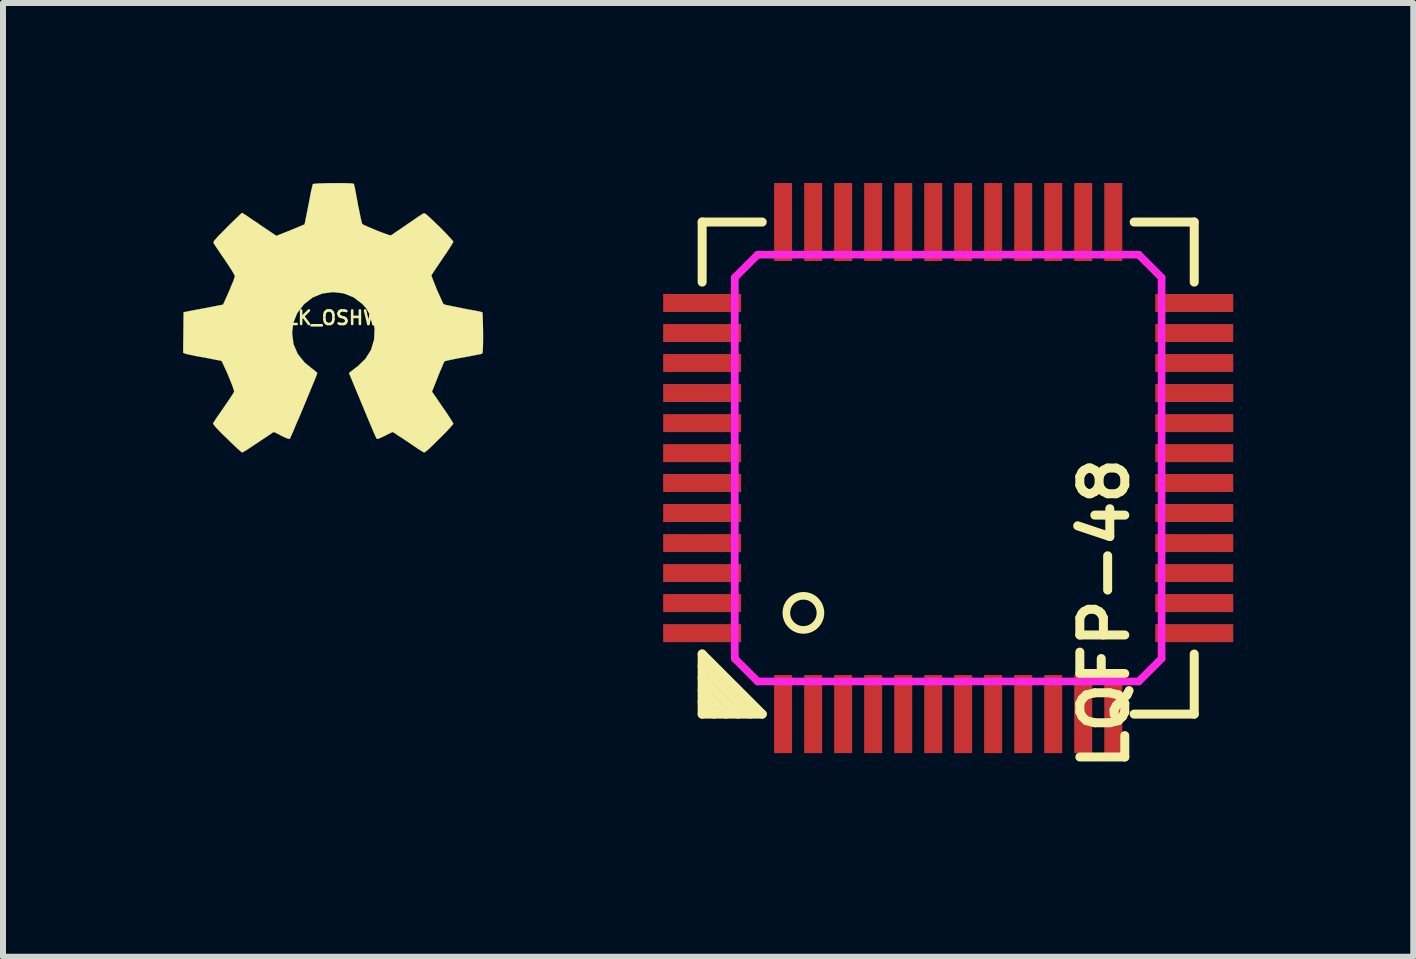
<source format=kicad_pcb>
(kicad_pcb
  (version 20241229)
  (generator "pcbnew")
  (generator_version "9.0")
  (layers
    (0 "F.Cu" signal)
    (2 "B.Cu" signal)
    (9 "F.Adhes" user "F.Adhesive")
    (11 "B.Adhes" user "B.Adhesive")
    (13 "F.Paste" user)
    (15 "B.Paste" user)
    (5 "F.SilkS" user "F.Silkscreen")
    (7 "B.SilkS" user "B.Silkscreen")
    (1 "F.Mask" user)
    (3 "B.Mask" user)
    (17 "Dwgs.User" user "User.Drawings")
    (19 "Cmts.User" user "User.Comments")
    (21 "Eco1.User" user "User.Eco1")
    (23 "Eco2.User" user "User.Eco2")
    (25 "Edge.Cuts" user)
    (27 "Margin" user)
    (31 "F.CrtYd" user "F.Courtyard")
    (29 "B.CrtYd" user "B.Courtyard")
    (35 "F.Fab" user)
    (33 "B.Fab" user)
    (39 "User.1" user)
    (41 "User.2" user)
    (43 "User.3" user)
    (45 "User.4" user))
  (footprint "LOGO_SILK_OSHW_6x6mm"
    (layer "F.Cu")
    (at 2.501 2.247)
    (property "Reference" "LOGO_SILK_OSHW_6x6mm" (at 0 0 0) (layer "F.SilkS") (effects (font (size 0.226 0.226) (thickness 0.043))))
    (attr through_hole)
    (fp_poly (pts (xy -1.514 2.245) (xy -1.488 2.23) (xy -1.43 2.195) (xy -1.346 2.139) (xy -1.247 2.073) (xy -1.148 2.007) (xy -1.067 1.953) (xy -1.011 1.915) (xy -0.986 1.902) (xy -0.973 1.908) (xy -0.927 1.93) (xy -0.859 1.966) (xy -0.818 1.986) (xy -0.757 2.012) (xy -0.724 2.019) (xy -0.719 2.009) (xy -0.696 1.961) (xy -0.66 1.88) (xy -0.615 1.77) (xy -0.559 1.643) (xy -0.503 1.509) (xy -0.445 1.369) (xy -0.389 1.234) (xy -0.34 1.115) (xy -0.3 1.019) (xy -0.274 0.95) (xy -0.264 0.922) (xy -0.267 0.914) (xy -0.3 0.884) (xy -0.353 0.843) (xy -0.472 0.747) (xy -0.589 0.602) (xy -0.66 0.437) (xy -0.683 0.251) (xy -0.663 0.081) (xy -0.597 -0.081) (xy -0.483 -0.229) (xy -0.343 -0.338) (xy -0.18 -0.406) (xy 0 -0.429) (xy 0.173 -0.409) (xy 0.34 -0.343) (xy 0.488 -0.231) (xy 0.551 -0.16) (xy 0.638 -0.01) (xy 0.686 0.147) (xy 0.691 0.188) (xy 0.683 0.363) (xy 0.632 0.533) (xy 0.538 0.683) (xy 0.409 0.808) (xy 0.394 0.818) (xy 0.335 0.864) (xy 0.295 0.894) (xy 0.264 0.919) (xy 0.488 1.458) (xy 0.523 1.542) (xy 0.584 1.689) (xy 0.638 1.816) (xy 0.681 1.918) (xy 0.711 1.984) (xy 0.724 2.012) (xy 0.724 2.014) (xy 0.744 2.017) (xy 0.785 2.002) (xy 0.861 1.966) (xy 0.909 1.941) (xy 0.968 1.913) (xy 0.993 1.902) (xy 1.016 1.915) (xy 1.069 1.951) (xy 1.151 2.004) (xy 1.247 2.068) (xy 1.339 2.131) (xy 1.422 2.187) (xy 1.483 2.225) (xy 1.514 2.243) (xy 1.519 2.243) (xy 1.544 2.228) (xy 1.593 2.187) (xy 1.666 2.118) (xy 1.77 2.014) (xy 1.786 1.999) (xy 1.872 1.913) (xy 1.941 1.839) (xy 1.986 1.788) (xy 2.004 1.765) (xy 1.989 1.735) (xy 1.951 1.674) (xy 1.895 1.587) (xy 1.826 1.488) (xy 1.648 1.229) (xy 1.745 0.986) (xy 1.775 0.909) (xy 1.814 0.82) (xy 1.841 0.754) (xy 1.857 0.726) (xy 1.882 0.716) (xy 1.951 0.701) (xy 2.047 0.681) (xy 2.162 0.66) (xy 2.273 0.64) (xy 2.372 0.62) (xy 2.443 0.607) (xy 2.477 0.599) (xy 2.484 0.594) (xy 2.492 0.579) (xy 2.494 0.546) (xy 2.497 0.485) (xy 2.499 0.391) (xy 2.499 0.251) (xy 2.499 0.236) (xy 2.497 0.107) (xy 2.494 0) (xy 2.492 -0.066) (xy 2.487 -0.094) (xy 2.456 -0.102) (xy 2.385 -0.117) (xy 2.286 -0.135) (xy 2.167 -0.157) (xy 2.159 -0.16) (xy 2.042 -0.183) (xy 1.943 -0.203) (xy 1.872 -0.218) (xy 1.844 -0.229) (xy 1.836 -0.236) (xy 1.814 -0.282) (xy 1.781 -0.356) (xy 1.74 -0.445) (xy 1.702 -0.538) (xy 1.669 -0.622) (xy 1.646 -0.683) (xy 1.638 -0.711) (xy 1.641 -0.714) (xy 1.659 -0.742) (xy 1.699 -0.803) (xy 1.755 -0.886) (xy 1.824 -0.988) (xy 1.829 -0.996) (xy 1.897 -1.095) (xy 1.953 -1.181) (xy 1.989 -1.24) (xy 2.004 -1.267) (xy 2.004 -1.27) (xy 1.981 -1.3) (xy 1.93 -1.356) (xy 1.857 -1.433) (xy 1.77 -1.521) (xy 1.742 -1.547) (xy 1.643 -1.643) (xy 1.577 -1.704) (xy 1.534 -1.737) (xy 1.514 -1.745) (xy 1.483 -1.727) (xy 1.42 -1.687) (xy 1.336 -1.628) (xy 1.234 -1.56) (xy 1.227 -1.554) (xy 1.128 -1.486) (xy 1.044 -1.43) (xy 0.986 -1.389) (xy 0.958 -1.374) (xy 0.955 -1.374) (xy 0.914 -1.387) (xy 0.843 -1.412) (xy 0.754 -1.445) (xy 0.663 -1.483) (xy 0.579 -1.519) (xy 0.516 -1.547) (xy 0.485 -1.565) (xy 0.475 -1.6) (xy 0.457 -1.676) (xy 0.437 -1.778) (xy 0.411 -1.9) (xy 0.409 -1.92) (xy 0.386 -2.04) (xy 0.368 -2.139) (xy 0.353 -2.207) (xy 0.345 -2.235) (xy 0.33 -2.238) (xy 0.272 -2.243) (xy 0.183 -2.245) (xy 0.074 -2.245) (xy -0.038 -2.245) (xy -0.147 -2.243) (xy -0.241 -2.24) (xy -0.31 -2.235) (xy -0.338 -2.23) (xy -0.338 -2.228) (xy -0.348 -2.189) (xy -0.366 -2.116) (xy -0.386 -2.012) (xy -0.409 -1.89) (xy -0.414 -1.867) (xy -0.437 -1.75) (xy -0.457 -1.651) (xy -0.47 -1.585) (xy -0.478 -1.557) (xy -0.49 -1.552) (xy -0.538 -1.532) (xy -0.617 -1.499) (xy -0.716 -1.458) (xy -0.945 -1.367) (xy -1.227 -1.557) (xy -1.252 -1.575) (xy -1.354 -1.643) (xy -1.435 -1.699) (xy -1.494 -1.737) (xy -1.516 -1.75) (xy -1.519 -1.75) (xy -1.547 -1.725) (xy -1.603 -1.671) (xy -1.679 -1.598) (xy -1.768 -1.511) (xy -1.831 -1.445) (xy -1.91 -1.367) (xy -1.958 -1.313) (xy -1.986 -1.28) (xy -1.994 -1.26) (xy -1.991 -1.245) (xy -1.974 -1.217) (xy -1.933 -1.156) (xy -1.875 -1.069) (xy -1.806 -0.97) (xy -1.75 -0.886) (xy -1.689 -0.792) (xy -1.651 -0.726) (xy -1.636 -0.693) (xy -1.641 -0.681) (xy -1.659 -0.625) (xy -1.694 -0.541) (xy -1.735 -0.442) (xy -1.834 -0.221) (xy -1.979 -0.193) (xy -2.068 -0.175) (xy -2.189 -0.152) (xy -2.309 -0.13) (xy -2.492 -0.094) (xy -2.499 0.582) (xy -2.471 0.594) (xy -2.443 0.602) (xy -2.375 0.617) (xy -2.278 0.638) (xy -2.162 0.658) (xy -2.065 0.676) (xy -1.966 0.696) (xy -1.895 0.709) (xy -1.864 0.716) (xy -1.854 0.726) (xy -1.831 0.775) (xy -1.796 0.851) (xy -1.755 0.942) (xy -1.717 1.036) (xy -1.681 1.125) (xy -1.659 1.191) (xy -1.648 1.224) (xy -1.661 1.252) (xy -1.699 1.311) (xy -1.753 1.392) (xy -1.821 1.491) (xy -1.887 1.587) (xy -1.946 1.671) (xy -1.984 1.732) (xy -2.002 1.76) (xy -1.991 1.778) (xy -1.953 1.826) (xy -1.88 1.902) (xy -1.768 2.012) (xy -1.75 2.029) (xy -1.664 2.113) (xy -1.59 2.182) (xy -1.537 2.228) (xy -1.514 2.245)) (stroke (width 0.003) (type solid)) (fill yes) (layer "F.SilkS")))
  (footprint "LQFP-48"
    (layer "F.Cu")
    (at 12.751 4.75)
    (property "Reference" "LQFP-48" (at 2.604 2.425 270) (layer "F.SilkS") (effects (font (size 0.749 0.749) (thickness 0.15))))
    (attr through_hole)
    (fp_line (start -4.1 -4.1) (end -3.099 -4.1) (stroke (width 0.15) (type solid)) (layer "F.SilkS"))
    (fp_line (start -4.1 -3.099) (end -4.1 -4.1) (stroke (width 0.15) (type solid)) (layer "F.SilkS"))
    (fp_line (start -4.1 3.099) (end -3.099 4.1) (stroke (width 0.15) (type solid)) (layer "F.SilkS"))
    (fp_line (start -4.1 3.5) (end -3.5 4.1) (stroke (width 0.15) (type solid)) (layer "F.SilkS"))
    (fp_line (start -4.1 3.899) (end -3.899 4.1) (stroke (width 0.15) (type solid)) (layer "F.SilkS"))
    (fp_line (start -4.1 4.1) (end -4.1 3.099) (stroke (width 0.15) (type solid)) (layer "F.SilkS"))
    (fp_line (start -3.701 4.1) (end -4.1 3.701) (stroke (width 0.15) (type solid)) (layer "F.SilkS"))
    (fp_line (start -3.299 4.1) (end -4.1 3.299) (stroke (width 0.15) (type solid)) (layer "F.SilkS"))
    (fp_line (start -3.099 4.1) (end -4.1 4.1) (stroke (width 0.15) (type solid)) (layer "F.SilkS"))
    (fp_line (start 3.099 -4.1) (end 4.1 -4.1) (stroke (width 0.15) (type solid)) (layer "F.SilkS"))
    (fp_line (start 4.1 -4.1) (end 4.1 -3.099) (stroke (width 0.15) (type solid)) (layer "F.SilkS"))
    (fp_line (start 4.1 3.099) (end 4.1 4.1) (stroke (width 0.15) (type solid)) (layer "F.SilkS"))
    (fp_line (start 4.1 4.1) (end 3.099 4.1) (stroke (width 0.15) (type solid)) (layer "F.SilkS"))
    (fp_circle (center -2.413 2.413) (end -2.667 2.54) (stroke (width 0.127) (type solid)) (fill no) (layer "F.SilkS"))
    (fp_line (start -3.556 -3.175) (end -3.175 -3.556) (stroke (width 0.127) (type solid)) (layer "F.CrtYd"))
    (fp_line (start -3.556 3.175) (end -3.556 -3.175) (stroke (width 0.127) (type solid)) (layer "F.CrtYd"))
    (fp_line (start -3.175 -3.556) (end 3.175 -3.556) (stroke (width 0.127) (type solid)) (layer "F.CrtYd"))
    (fp_line (start -3.175 3.556) (end -3.556 3.175) (stroke (width 0.127) (type solid)) (layer "F.CrtYd"))
    (fp_line (start 3.175 -3.556) (end 3.556 -3.175) (stroke (width 0.127) (type solid)) (layer "F.CrtYd"))
    (fp_line (start 3.175 3.556) (end -3.175 3.556) (stroke (width 0.127) (type solid)) (layer "F.CrtYd"))
    (fp_line (start 3.556 -3.175) (end 3.556 3.175) (stroke (width 0.127) (type solid)) (layer "F.CrtYd"))
    (fp_line (start 3.556 3.175) (end 3.175 3.556) (stroke (width 0.127) (type solid)) (layer "F.CrtYd"))
    (pad "1" smd rect (at -2.751 4.1) (size 0.3 1.3) (layers "F.Cu" "F.Mask" "F.Paste"))
    (pad "2" smd rect (at -2.25 4.1) (size 0.3 1.3) (layers "F.Cu" "F.Mask" "F.Paste"))
    (pad "3" smd rect (at -1.75 4.1) (size 0.3 1.3) (layers "F.Cu" "F.Mask" "F.Paste"))
    (pad "4" smd rect (at -1.25 4.1) (size 0.3 1.3) (layers "F.Cu" "F.Mask" "F.Paste"))
    (pad "5" smd rect (at -0.749 4.1) (size 0.3 1.3) (layers "F.Cu" "F.Mask" "F.Paste"))
    (pad "6" smd rect (at -0.249 4.1) (size 0.3 1.3) (layers "F.Cu" "F.Mask" "F.Paste"))
    (pad "7" smd rect (at 0.249 4.1) (size 0.3 1.3) (layers "F.Cu" "F.Mask" "F.Paste"))
    (pad "8" smd rect (at 0.749 4.1) (size 0.3 1.3) (layers "F.Cu" "F.Mask" "F.Paste"))
    (pad "9" smd rect (at 1.25 4.1) (size 0.3 1.3) (layers "F.Cu" "F.Mask" "F.Paste"))
    (pad "10" smd rect (at 1.75 4.1) (size 0.3 1.3) (layers "F.Cu" "F.Mask" "F.Paste"))
    (pad "11" smd rect (at 2.25 4.1) (size 0.3 1.3) (layers "F.Cu" "F.Mask" "F.Paste"))
    (pad "12" smd rect (at 2.751 4.1) (size 0.3 1.3) (layers "F.Cu" "F.Mask" "F.Paste"))
    (pad "13" smd rect (at 4.1 2.751) (size 1.3 0.3) (layers "F.Cu" "F.Mask" "F.Paste"))
    (pad "14" smd rect (at 4.1 2.25) (size 1.3 0.3) (layers "F.Cu" "F.Mask" "F.Paste"))
    (pad "15" smd rect (at 4.1 1.75) (size 1.3 0.3) (layers "F.Cu" "F.Mask" "F.Paste"))
    (pad "16" smd rect (at 4.1 1.25) (size 1.3 0.3) (layers "F.Cu" "F.Mask" "F.Paste"))
    (pad "17" smd rect (at 4.1 0.749) (size 1.3 0.3) (layers "F.Cu" "F.Mask" "F.Paste"))
    (pad "18" smd rect (at 4.1 0.249) (size 1.3 0.3) (layers "F.Cu" "F.Mask" "F.Paste"))
    (pad "19" smd rect (at 4.1 -0.249) (size 1.3 0.3) (layers "F.Cu" "F.Mask" "F.Paste"))
    (pad "20" smd rect (at 4.1 -0.749) (size 1.3 0.3) (layers "F.Cu" "F.Mask" "F.Paste"))
    (pad "21" smd rect (at 4.1 -1.25) (size 1.3 0.3) (layers "F.Cu" "F.Mask" "F.Paste"))
    (pad "22" smd rect (at 4.1 -1.75) (size 1.3 0.3) (layers "F.Cu" "F.Mask" "F.Paste"))
    (pad "23" smd rect (at 4.1 -2.25) (size 1.3 0.3) (layers "F.Cu" "F.Mask" "F.Paste"))
    (pad "24" smd rect (at 4.1 -2.751) (size 1.3 0.3) (layers "F.Cu" "F.Mask" "F.Paste"))
    (pad "25" smd rect (at 2.751 -4.1) (size 0.3 1.3) (layers "F.Cu" "F.Mask" "F.Paste"))
    (pad "26" smd rect (at 2.25 -4.1) (size 0.3 1.3) (layers "F.Cu" "F.Mask" "F.Paste"))
    (pad "27" smd rect (at 1.75 -4.1) (size 0.3 1.3) (layers "F.Cu" "F.Mask" "F.Paste"))
    (pad "28" smd rect (at 1.25 -4.1) (size 0.3 1.3) (layers "F.Cu" "F.Mask" "F.Paste"))
    (pad "29" smd rect (at 0.749 -4.1) (size 0.3 1.3) (layers "F.Cu" "F.Mask" "F.Paste"))
    (pad "30" smd rect (at 0.249 -4.1) (size 0.3 1.3) (layers "F.Cu" "F.Mask" "F.Paste"))
    (pad "31" smd rect (at -0.249 -4.1) (size 0.3 1.3) (layers "F.Cu" "F.Mask" "F.Paste"))
    (pad "32" smd rect (at -0.749 -4.1) (size 0.3 1.3) (layers "F.Cu" "F.Mask" "F.Paste"))
    (pad "33" smd rect (at -1.25 -4.1) (size 0.3 1.3) (layers "F.Cu" "F.Mask" "F.Paste"))
    (pad "34" smd rect (at -1.75 -4.1) (size 0.3 1.3) (layers "F.Cu" "F.Mask" "F.Paste"))
    (pad "35" smd rect (at -2.25 -4.1) (size 0.3 1.3) (layers "F.Cu" "F.Mask" "F.Paste"))
    (pad "36" smd rect (at -2.751 -4.1) (size 0.3 1.3) (layers "F.Cu" "F.Mask" "F.Paste"))
    (pad "37" smd rect (at -4.1 -2.751) (size 1.3 0.3) (layers "F.Cu" "F.Mask" "F.Paste"))
    (pad "38" smd rect (at -4.1 -2.25) (size 1.3 0.3) (layers "F.Cu" "F.Mask" "F.Paste"))
    (pad "39" smd rect (at -4.1 -1.75) (size 1.3 0.3) (layers "F.Cu" "F.Mask" "F.Paste"))
    (pad "40" smd rect (at -4.1 -1.25) (size 1.3 0.3) (layers "F.Cu" "F.Mask" "F.Paste"))
    (pad "41" smd rect (at -4.1 -0.749) (size 1.3 0.3) (layers "F.Cu" "F.Mask" "F.Paste"))
    (pad "42" smd rect (at -4.1 -0.249) (size 1.3 0.3) (layers "F.Cu" "F.Mask" "F.Paste"))
    (pad "43" smd rect (at -4.1 0.249) (size 1.3 0.3) (layers "F.Cu" "F.Mask" "F.Paste"))
    (pad "44" smd rect (at -4.1 0.749) (size 1.3 0.3) (layers "F.Cu" "F.Mask" "F.Paste"))
    (pad "45" smd rect (at -4.1 1.25) (size 1.3 0.3) (layers "F.Cu" "F.Mask" "F.Paste"))
    (pad "46" smd rect (at -4.1 1.75) (size 1.3 0.3) (layers "F.Cu" "F.Mask" "F.Paste"))
    (pad "47" smd rect (at -4.1 2.25) (size 1.3 0.3) (layers "F.Cu" "F.Mask" "F.Paste"))
    (pad "48" smd rect (at -4.1 2.751) (size 1.3 0.3) (layers "F.Cu" "F.Mask" "F.Paste")))
  (gr_rect
    (start -3 -3)
    (end 20.501 12.893)
    (stroke (width 0.1) (type default))
    (fill no)
    (layer "Edge.Cuts")))
</source>
